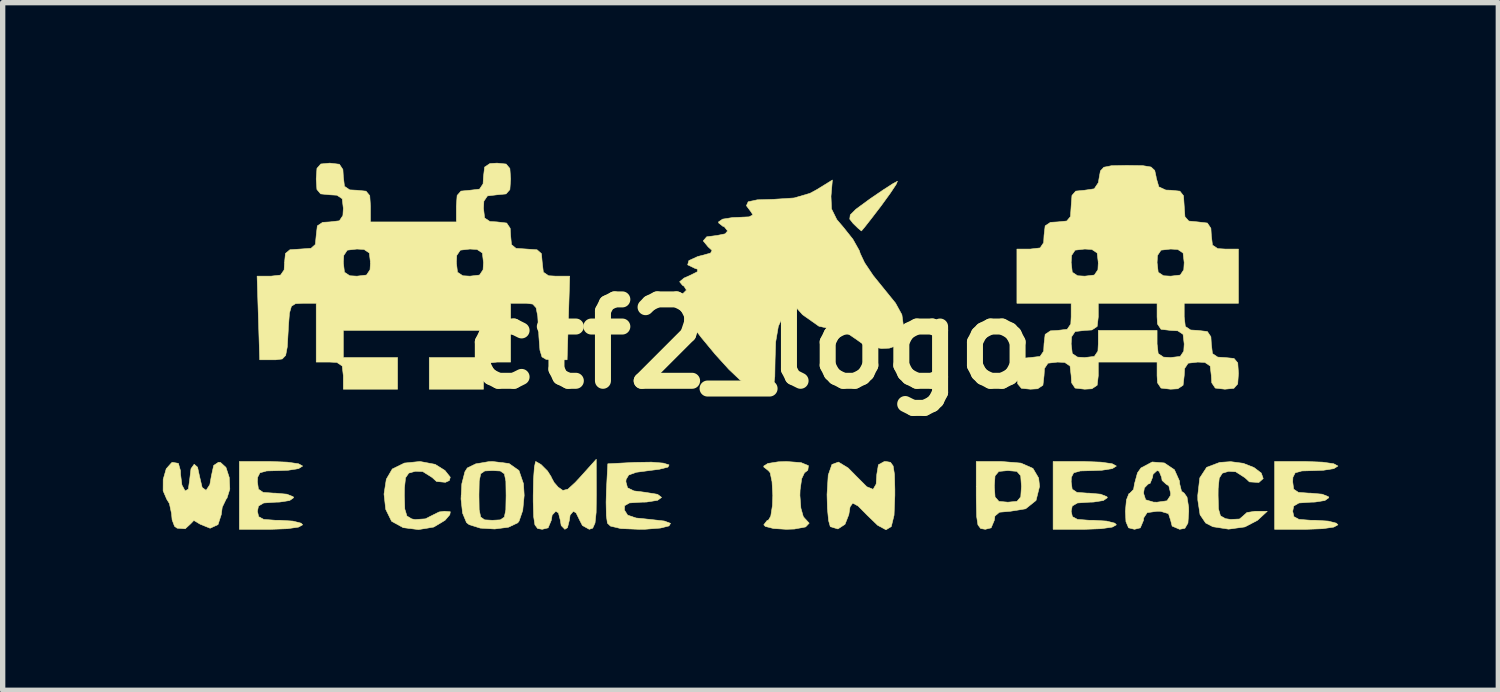
<source format=kicad_pcb>
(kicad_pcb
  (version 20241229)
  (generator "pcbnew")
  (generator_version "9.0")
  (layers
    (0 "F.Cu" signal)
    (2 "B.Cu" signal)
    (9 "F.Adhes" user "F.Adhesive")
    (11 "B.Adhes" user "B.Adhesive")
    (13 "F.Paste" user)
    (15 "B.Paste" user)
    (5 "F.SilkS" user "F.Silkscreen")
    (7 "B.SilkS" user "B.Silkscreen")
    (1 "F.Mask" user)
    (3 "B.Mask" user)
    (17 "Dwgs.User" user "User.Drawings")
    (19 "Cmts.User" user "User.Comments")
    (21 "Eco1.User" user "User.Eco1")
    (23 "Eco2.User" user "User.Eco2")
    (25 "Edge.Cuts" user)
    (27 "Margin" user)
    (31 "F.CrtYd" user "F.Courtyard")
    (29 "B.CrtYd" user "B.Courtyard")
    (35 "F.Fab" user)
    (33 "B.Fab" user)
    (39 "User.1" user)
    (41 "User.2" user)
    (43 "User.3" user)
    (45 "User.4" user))
  (footprint "ctf2_logo"
    (layer "F.Cu")
    (at 11 3.392)
    (property "Reference" "ctf2_logo" (at 0 0 0) (layer "F.SilkS") (effects (font (size 1.524 1.524) (thickness 0.3))))
    (attr through_hole)
    (fp_poly (pts (xy 2.732 -2.987) (xy 2.625 -2.826) (xy 2.46 -2.598) (xy 2.448 -2.582) (xy 2.271 -2.351) (xy 2.14 -2.184) (xy 2.083 -2.117) (xy 2.082 -2.117) (xy 2.02 -2.168) (xy 1.928 -2.257) (xy 1.864 -2.339) (xy 1.874 -2.418) (xy 1.979 -2.523) (xy 2.201 -2.686) (xy 2.252 -2.723) (xy 2.493 -2.887) (xy 2.675 -3.004) (xy 2.758 -3.048) (xy 2.732 -2.987)) (stroke (width 0.01) (type solid)) (fill yes) (layer "F.SilkS"))
    (fp_poly (pts (xy 0.953 2.222) (xy 1.091 2.279) (xy 1.079 2.364) (xy 1.016 2.413) (xy 0.964 2.523) (xy 0.934 2.737) (xy 0.931 2.836) (xy 0.949 3.074) (xy 0.994 3.233) (xy 1.016 3.26) (xy 1.105 3.356) (xy 1.037 3.427) (xy 0.827 3.466) (xy 0.677 3.471) (xy 0.436 3.456) (xy 0.283 3.417) (xy 0.254 3.387) (xy 0.318 3.304) (xy 0.339 3.302) (xy 0.385 3.225) (xy 0.416 3.028) (xy 0.423 2.836) (xy 0.409 2.581) (xy 0.374 2.412) (xy 0.339 2.371) (xy 0.256 2.306) (xy 0.254 2.286) (xy 0.33 2.238) (xy 0.525 2.207) (xy 0.677 2.201) (xy 0.953 2.222)) (stroke (width 0.01) (type solid)) (fill yes) (layer "F.SilkS"))
    (fp_poly (pts (xy 2.627 2.216) (xy 2.677 2.285) (xy 2.702 2.442) (xy 2.709 2.722) (xy 2.709 2.836) (xy 2.694 3.208) (xy 2.642 3.42) (xy 2.543 3.48) (xy 2.386 3.395) (xy 2.201 3.217) (xy 2.021 3.035) (xy 1.92 2.98) (xy 1.87 3.051) (xy 1.847 3.195) (xy 1.775 3.378) (xy 1.643 3.464) (xy 1.504 3.423) (xy 1.499 3.418) (xy 1.468 3.308) (xy 1.446 3.081) (xy 1.439 2.82) (xy 1.461 2.457) (xy 1.531 2.256) (xy 1.653 2.212) (xy 1.834 2.322) (xy 1.991 2.481) (xy 2.184 2.674) (xy 2.302 2.722) (xy 2.359 2.624) (xy 2.371 2.441) (xy 2.401 2.262) (xy 2.511 2.202) (xy 2.54 2.201) (xy 2.627 2.216)) (stroke (width 0.01) (type solid)) (fill yes) (layer "F.SilkS"))
    (fp_poly (pts (xy 5.07 2.231) (xy 5.295 2.33) (xy 5.402 2.511) (xy 5.419 2.667) (xy 5.353 2.931) (xy 5.158 3.087) (xy 4.874 3.133) (xy 4.668 3.151) (xy 4.583 3.222) (xy 4.572 3.302) (xy 4.512 3.444) (xy 4.403 3.471) (xy 4.316 3.456) (xy 4.265 3.388) (xy 4.241 3.231) (xy 4.234 2.951) (xy 4.233 2.836) (xy 4.233 2.667) (xy 4.572 2.667) (xy 4.586 2.866) (xy 4.658 2.948) (xy 4.826 2.963) (xy 4.997 2.947) (xy 5.067 2.863) (xy 5.08 2.667) (xy 5.066 2.468) (xy 4.994 2.386) (xy 4.826 2.371) (xy 4.655 2.387) (xy 4.585 2.471) (xy 4.572 2.667) (xy 4.233 2.667) (xy 4.233 2.201) (xy 4.705 2.201) (xy 5.07 2.231)) (stroke (width 0.01) (type solid)) (fill yes) (layer "F.SilkS"))
    (fp_poly (pts (xy 9.234 2.235) (xy 9.435 2.314) (xy 9.571 2.417) (xy 9.608 2.52) (xy 9.526 2.594) (xy 9.35 2.583) (xy 9.266 2.505) (xy 9.092 2.393) (xy 8.96 2.385) (xy 8.842 2.42) (xy 8.784 2.513) (xy 8.764 2.709) (xy 8.763 2.836) (xy 8.77 3.089) (xy 8.807 3.218) (xy 8.899 3.271) (xy 8.996 3.286) (xy 9.164 3.278) (xy 9.229 3.223) (xy 9.302 3.157) (xy 9.456 3.133) (xy 9.684 3.133) (xy 9.502 3.302) (xy 9.265 3.426) (xy 8.959 3.468) (xy 8.666 3.423) (xy 8.53 3.353) (xy 8.425 3.198) (xy 8.383 2.923) (xy 8.382 2.836) (xy 8.42 2.508) (xy 8.549 2.31) (xy 8.793 2.218) (xy 8.999 2.204) (xy 9.234 2.235)) (stroke (width 0.01) (type solid)) (fill yes) (layer "F.SilkS"))
    (fp_poly (pts (xy -5.901 2.254) (xy -5.717 2.369) (xy -5.617 2.495) (xy -5.635 2.558) (xy -5.708 2.591) (xy -5.875 2.575) (xy -5.957 2.5) (xy -6.132 2.39) (xy -6.27 2.384) (xy -6.394 2.418) (xy -6.455 2.506) (xy -6.475 2.694) (xy -6.477 2.836) (xy -6.469 3.091) (xy -6.429 3.222) (xy -6.339 3.276) (xy -6.277 3.288) (xy -6.083 3.275) (xy -5.985 3.225) (xy -5.827 3.146) (xy -5.727 3.133) (xy -5.616 3.142) (xy -5.626 3.198) (xy -5.715 3.302) (xy -5.927 3.429) (xy -6.211 3.476) (xy -6.497 3.441) (xy -6.711 3.324) (xy -6.718 3.317) (xy -6.826 3.097) (xy -6.858 2.811) (xy -6.815 2.533) (xy -6.703 2.341) (xy -6.476 2.23) (xy -6.184 2.201) (xy -5.901 2.254)) (stroke (width 0.01) (type solid)) (fill yes) (layer "F.SilkS"))
    (fp_poly (pts (xy -8.671 2.213) (xy -8.461 2.243) (xy -8.382 2.286) (xy -8.382 2.286) (xy -8.458 2.334) (xy -8.653 2.365) (xy -8.805 2.371) (xy -9.057 2.378) (xy -9.182 2.413) (xy -9.225 2.497) (xy -9.229 2.582) (xy -9.21 2.719) (xy -9.123 2.779) (xy -8.919 2.794) (xy -8.89 2.794) (xy -8.678 2.813) (xy -8.56 2.86) (xy -8.551 2.879) (xy -8.626 2.932) (xy -8.814 2.961) (xy -8.89 2.963) (xy -9.112 2.978) (xy -9.209 3.035) (xy -9.229 3.133) (xy -9.206 3.234) (xy -9.112 3.285) (xy -8.903 3.301) (xy -8.805 3.302) (xy -8.564 3.317) (xy -8.411 3.356) (xy -8.382 3.387) (xy -8.46 3.43) (xy -8.67 3.46) (xy -8.974 3.471) (xy -8.975 3.471) (xy -9.567 3.471) (xy -9.567 2.201) (xy -8.975 2.201) (xy -8.671 2.213)) (stroke (width 0.01) (type solid)) (fill yes) (layer "F.SilkS"))
    (fp_poly (pts (xy -1.628 2.231) (xy -1.519 2.265) (xy -1.54 2.306) (xy -1.704 2.347) (xy -1.863 2.367) (xy -2.134 2.403) (xy -2.275 2.454) (xy -2.325 2.538) (xy -2.328 2.582) (xy -2.297 2.694) (xy -2.177 2.752) (xy -1.967 2.778) (xy -1.735 2.816) (xy -1.66 2.873) (xy -1.734 2.928) (xy -1.946 2.961) (xy -2.043 2.963) (xy -2.262 2.977) (xy -2.352 3.029) (xy -2.355 3.111) (xy -2.296 3.205) (xy -2.139 3.259) (xy -1.881 3.285) (xy -1.608 3.316) (xy -1.492 3.36) (xy -1.521 3.408) (xy -1.683 3.448) (xy -1.968 3.47) (xy -2.082 3.471) (xy -2.424 3.457) (xy -2.617 3.411) (xy -2.674 3.356) (xy -2.694 3.213) (xy -2.699 2.963) (xy -2.693 2.742) (xy -2.667 2.244) (xy -2.168 2.218) (xy -1.85 2.213) (xy -1.628 2.231)) (stroke (width 0.01) (type solid)) (fill yes) (layer "F.SilkS"))
    (fp_poly (pts (xy 6.569 2.213) (xy 6.779 2.243) (xy 6.858 2.286) (xy 6.858 2.286) (xy 6.782 2.334) (xy 6.587 2.365) (xy 6.435 2.371) (xy 6.183 2.378) (xy 6.058 2.413) (xy 6.015 2.497) (xy 6.011 2.582) (xy 6.03 2.719) (xy 6.117 2.779) (xy 6.321 2.794) (xy 6.35 2.794) (xy 6.562 2.813) (xy 6.68 2.86) (xy 6.689 2.879) (xy 6.614 2.932) (xy 6.426 2.961) (xy 6.35 2.963) (xy 6.128 2.978) (xy 6.031 3.035) (xy 6.011 3.133) (xy 6.034 3.234) (xy 6.128 3.285) (xy 6.337 3.301) (xy 6.435 3.302) (xy 6.676 3.317) (xy 6.829 3.356) (xy 6.858 3.387) (xy 6.78 3.43) (xy 6.57 3.46) (xy 6.266 3.471) (xy 6.265 3.471) (xy 5.673 3.471) (xy 5.673 2.201) (xy 6.265 2.201) (xy 6.569 2.213)) (stroke (width 0.01) (type solid)) (fill yes) (layer "F.SilkS"))
    (fp_poly (pts (xy 10.718 2.213) (xy 10.928 2.243) (xy 11.007 2.286) (xy 11.007 2.286) (xy 10.931 2.334) (xy 10.736 2.365) (xy 10.583 2.371) (xy 10.332 2.378) (xy 10.207 2.413) (xy 10.164 2.497) (xy 10.16 2.582) (xy 10.178 2.719) (xy 10.266 2.779) (xy 10.469 2.794) (xy 10.499 2.794) (xy 10.711 2.813) (xy 10.829 2.86) (xy 10.837 2.879) (xy 10.762 2.932) (xy 10.575 2.961) (xy 10.499 2.963) (xy 10.277 2.978) (xy 10.179 3.035) (xy 10.16 3.133) (xy 10.182 3.234) (xy 10.277 3.285) (xy 10.485 3.301) (xy 10.583 3.302) (xy 10.825 3.317) (xy 10.978 3.356) (xy 11.007 3.387) (xy 10.928 3.43) (xy 10.718 3.46) (xy 10.415 3.471) (xy 10.414 3.471) (xy 9.821 3.471) (xy 9.821 2.201) (xy 10.414 2.201) (xy 10.718 2.213)) (stroke (width 0.01) (type solid)) (fill yes) (layer "F.SilkS"))
    (fp_poly (pts (xy -2.881 2.815) (xy -2.885 3.153) (xy -2.906 3.353) (xy -2.949 3.449) (xy -3.014 3.471) (xy -3.142 3.4) (xy -3.193 3.302) (xy -3.26 3.165) (xy -3.312 3.133) (xy -3.373 3.204) (xy -3.387 3.302) (xy -3.422 3.44) (xy -3.471 3.471) (xy -3.54 3.4) (xy -3.556 3.302) (xy -3.591 3.164) (xy -3.641 3.133) (xy -3.709 3.204) (xy -3.725 3.302) (xy -3.785 3.444) (xy -3.895 3.471) (xy -3.981 3.456) (xy -4.032 3.388) (xy -4.056 3.231) (xy -4.064 2.951) (xy -4.064 2.836) (xy -4.058 2.533) (xy -4.042 2.308) (xy -4.02 2.204) (xy -4.016 2.201) (xy -3.917 2.258) (xy -3.796 2.379) (xy -3.727 2.488) (xy -3.725 2.498) (xy -3.672 2.595) (xy -3.597 2.681) (xy -3.509 2.743) (xy -3.415 2.72) (xy -3.276 2.593) (xy -3.175 2.484) (xy -2.883 2.159) (xy -2.881 2.815)) (stroke (width 0.01) (type solid)) (fill yes) (layer "F.SilkS"))
    (fp_poly (pts (xy -4.517 2.239) (xy -4.331 2.37) (xy -4.246 2.618) (xy -4.233 2.836) (xy -4.26 3.117) (xy -4.329 3.318) (xy -4.354 3.35) (xy -4.528 3.432) (xy -4.785 3.465) (xy -5.055 3.449) (xy -5.263 3.384) (xy -5.313 3.345) (xy -5.387 3.167) (xy -5.416 2.901) (xy -5.412 2.829) (xy -5.08 2.829) (xy -5.08 2.836) (xy -5.076 3.103) (xy -5.048 3.241) (xy -4.973 3.294) (xy -4.83 3.302) (xy -4.826 3.302) (xy -4.681 3.294) (xy -4.605 3.243) (xy -4.577 3.107) (xy -4.572 2.843) (xy -4.572 2.836) (xy -4.576 2.57) (xy -4.604 2.432) (xy -4.679 2.379) (xy -4.822 2.371) (xy -4.826 2.371) (xy -4.971 2.378) (xy -5.047 2.43) (xy -5.075 2.566) (xy -5.08 2.829) (xy -5.412 2.829) (xy -5.401 2.619) (xy -5.343 2.393) (xy -5.298 2.322) (xy -5.14 2.245) (xy -4.897 2.204) (xy -4.826 2.201) (xy -4.517 2.239)) (stroke (width 0.01) (type solid)) (fill yes) (layer "F.SilkS"))
    (fp_poly (pts (xy -9.921 2.218) (xy -9.818 2.312) (xy -9.756 2.502) (xy -9.746 2.718) (xy -9.799 2.887) (xy -9.815 2.906) (xy -9.888 3.058) (xy -9.906 3.195) (xy -9.967 3.383) (xy -10.115 3.451) (xy -10.302 3.375) (xy -10.302 3.375) (xy -10.42 3.305) (xy -10.477 3.365) (xy -10.477 3.365) (xy -10.581 3.461) (xy -10.732 3.45) (xy -10.781 3.415) (xy -10.827 3.292) (xy -10.837 3.178) (xy -10.877 2.989) (xy -10.928 2.906) (xy -10.995 2.75) (xy -10.994 2.537) (xy -10.937 2.338) (xy -10.835 2.223) (xy -10.816 2.217) (xy -10.709 2.236) (xy -10.67 2.374) (xy -10.668 2.444) (xy -10.643 2.642) (xy -10.583 2.752) (xy -10.523 2.719) (xy -10.499 2.555) (xy -10.499 2.55) (xy -10.473 2.336) (xy -10.413 2.252) (xy -10.35 2.308) (xy -10.314 2.475) (xy -10.264 2.688) (xy -10.19 2.741) (xy -10.12 2.634) (xy -10.091 2.471) (xy -10.048 2.275) (xy -9.958 2.215) (xy -9.921 2.218)) (stroke (width 0.01) (type solid)) (fill yes) (layer "F.SilkS"))
    (fp_poly (pts (xy 7.756 2.228) (xy 7.945 2.355) (xy 8.04 2.567) (xy 8.043 2.619) (xy 8.078 2.759) (xy 8.128 2.794) (xy 8.181 2.869) (xy 8.211 3.057) (xy 8.213 3.133) (xy 8.198 3.354) (xy 8.141 3.452) (xy 8.043 3.471) (xy 7.902 3.411) (xy 7.874 3.302) (xy 7.834 3.178) (xy 7.686 3.134) (xy 7.62 3.133) (xy 7.434 3.159) (xy 7.369 3.258) (xy 7.366 3.302) (xy 7.306 3.444) (xy 7.197 3.471) (xy 7.086 3.443) (xy 7.037 3.328) (xy 7.027 3.133) (xy 7.046 2.921) (xy 7.093 2.803) (xy 7.112 2.794) (xy 7.366 2.794) (xy 7.406 2.918) (xy 7.554 2.962) (xy 7.62 2.963) (xy 7.806 2.937) (xy 7.871 2.838) (xy 7.874 2.794) (xy 7.839 2.656) (xy 7.789 2.625) (xy 7.714 2.556) (xy 7.705 2.498) (xy 7.659 2.385) (xy 7.62 2.371) (xy 7.545 2.439) (xy 7.535 2.498) (xy 7.49 2.61) (xy 7.451 2.625) (xy 7.382 2.696) (xy 7.366 2.794) (xy 7.112 2.794) (xy 7.18 2.723) (xy 7.197 2.619) (xy 7.253 2.414) (xy 7.318 2.322) (xy 7.529 2.21) (xy 7.756 2.228)) (stroke (width 0.01) (type solid)) (fill yes) (layer "F.SilkS"))
    (fp_poly (pts (xy 1.513 -2.766) (xy 1.523 -2.53) (xy 1.622 -2.33) (xy 1.748 -2.182) (xy 1.923 -1.962) (xy 2.043 -1.749) (xy 2.061 -1.693) (xy 2.142 -1.522) (xy 2.303 -1.282) (xy 2.495 -1.045) (xy 2.722 -0.765) (xy 2.841 -0.548) (xy 2.869 -0.342) (xy 2.825 -0.106) (xy 2.756 0.025) (xy 2.607 0.078) (xy 2.459 0.085) (xy 2.141 0.024) (xy 1.99 -0.085) (xy 1.798 -0.215) (xy 1.632 -0.254) (xy 1.286 -0.333) (xy 0.981 -0.548) (xy 0.921 -0.616) (xy 0.823 -0.725) (xy 0.751 -0.719) (xy 0.651 -0.586) (xy 0.625 -0.545) (xy 0.527 -0.331) (xy 0.477 -0.038) (xy 0.466 0.293) (xy 0.461 0.608) (xy 0.439 0.791) (xy 0.389 0.879) (xy 0.303 0.912) (xy 0.296 0.913) (xy 0.135 0.875) (xy -0.084 0.753) (xy -0.195 0.67) (xy -0.4 0.475) (xy -0.655 0.194) (xy -0.914 -0.119) (xy -0.977 -0.201) (xy -1.192 -0.491) (xy -1.316 -0.678) (xy -1.36 -0.794) (xy -1.338 -0.869) (xy -1.29 -0.914) (xy -1.194 -1.009) (xy -1.239 -1.081) (xy -1.268 -1.099) (xy -1.322 -1.165) (xy -1.24 -1.234) (xy -1.14 -1.278) (xy -0.988 -1.354) (xy -0.986 -1.4) (xy -1.037 -1.417) (xy -1.171 -1.482) (xy -1.149 -1.562) (xy -0.982 -1.638) (xy -0.915 -1.655) (xy -0.742 -1.702) (xy -0.715 -1.753) (xy -0.787 -1.818) (xy -0.88 -1.931) (xy -0.815 -2.007) (xy -0.621 -2.032) (xy -0.469 -2.063) (xy -0.423 -2.117) (xy -0.488 -2.199) (xy -0.508 -2.201) (xy -0.59 -2.266) (xy -0.593 -2.286) (xy -0.517 -2.338) (xy -0.328 -2.368) (xy -0.237 -2.371) (xy -0.021 -2.381) (xy 0.05 -2.418) (xy 0.017 -2.472) (xy -0.071 -2.59) (xy -0.038 -2.663) (xy 0.133 -2.7) (xy 0.435 -2.709) (xy 0.824 -2.735) (xy 1.118 -2.821) (xy 1.246 -2.89) (xy 1.539 -3.071) (xy 1.513 -2.766)) (stroke (width 0.01) (type solid)) (fill yes) (layer "F.SilkS"))
    (fp_poly (pts (xy -4.571 -3.37) (xy -4.501 -3.286) (xy -4.487 -3.09) (xy -4.501 -2.891) (xy -4.573 -2.81) (xy -4.741 -2.794) (xy -4.921 -2.773) (xy -4.988 -2.674) (xy -4.995 -2.54) (xy -4.974 -2.36) (xy -4.875 -2.294) (xy -4.741 -2.286) (xy -4.561 -2.265) (xy -4.495 -2.166) (xy -4.487 -2.032) (xy -4.471 -1.861) (xy -4.387 -1.791) (xy -4.191 -1.778) (xy -3.992 -1.764) (xy -3.91 -1.692) (xy -3.895 -1.524) (xy -3.874 -1.345) (xy -3.776 -1.278) (xy -3.637 -1.27) (xy -3.38 -1.27) (xy -3.429 0.296) (xy -3.683 0.296) (xy -3.822 0.289) (xy -3.9 0.242) (xy -3.938 0.116) (xy -3.957 -0.129) (xy -3.962 -0.233) (xy -3.979 -0.521) (xy -4.01 -0.679) (xy -4.073 -0.747) (xy -4.191 -0.762) (xy -4.237 -0.762) (xy -4.487 -0.762) (xy -4.487 0.339) (xy -4.741 0.339) (xy -4.921 0.36) (xy -4.988 0.459) (xy -4.995 0.593) (xy -4.995 0.847) (xy -6.011 0.847) (xy -6.011 0.254) (xy -4.995 0.254) (xy -4.995 -0.254) (xy -7.62 -0.254) (xy -7.62 0.254) (xy -6.604 0.254) (xy -6.604 0.847) (xy -7.62 0.847) (xy -7.62 0.593) (xy -7.641 0.413) (xy -7.74 0.346) (xy -7.874 0.339) (xy -8.128 0.339) (xy -8.128 -0.762) (xy -8.378 -0.762) (xy -8.515 -0.755) (xy -8.592 -0.707) (xy -8.629 -0.579) (xy -8.648 -0.332) (xy -8.653 -0.233) (xy -8.67 0.056) (xy -8.7 0.214) (xy -8.764 0.281) (xy -8.882 0.296) (xy -8.932 0.296) (xy -9.186 0.296) (xy -9.235 -1.27) (xy -8.978 -1.27) (xy -8.796 -1.29) (xy -8.729 -1.387) (xy -8.721 -1.524) (xy -7.62 -1.524) (xy -7.599 -1.344) (xy -7.5 -1.278) (xy -7.366 -1.27) (xy -7.186 -1.291) (xy -7.12 -1.39) (xy -7.112 -1.524) (xy -5.503 -1.524) (xy -5.482 -1.344) (xy -5.383 -1.278) (xy -5.249 -1.27) (xy -5.069 -1.291) (xy -5.003 -1.39) (xy -4.995 -1.524) (xy -5.016 -1.704) (xy -5.115 -1.77) (xy -5.249 -1.778) (xy -5.429 -1.757) (xy -5.496 -1.658) (xy -5.503 -1.524) (xy -7.112 -1.524) (xy -7.133 -1.704) (xy -7.232 -1.77) (xy -7.366 -1.778) (xy -7.546 -1.757) (xy -7.612 -1.658) (xy -7.62 -1.524) (xy -8.721 -1.524) (xy -8.704 -1.695) (xy -8.62 -1.765) (xy -8.424 -1.778) (xy -8.225 -1.792) (xy -8.144 -1.864) (xy -8.128 -2.032) (xy -8.107 -2.212) (xy -8.008 -2.278) (xy -7.874 -2.286) (xy -7.694 -2.307) (xy -7.628 -2.406) (xy -7.62 -2.54) (xy -7.641 -2.72) (xy -7.74 -2.786) (xy -7.874 -2.794) (xy -8.045 -2.811) (xy -8.115 -2.894) (xy -8.128 -3.09) (xy -8.114 -3.289) (xy -8.042 -3.371) (xy -7.874 -3.387) (xy -7.694 -3.366) (xy -7.628 -3.267) (xy -7.62 -3.133) (xy -7.599 -2.953) (xy -7.5 -2.886) (xy -7.366 -2.879) (xy -7.195 -2.862) (xy -7.125 -2.778) (xy -7.112 -2.582) (xy -7.112 -2.286) (xy -5.503 -2.286) (xy -5.503 -2.582) (xy -5.489 -2.781) (xy -5.417 -2.863) (xy -5.249 -2.879) (xy -5.069 -2.9) (xy -5.003 -2.999) (xy -4.995 -3.133) (xy -4.974 -3.313) (xy -4.875 -3.379) (xy -4.741 -3.387) (xy -4.571 -3.37)) (stroke (width 0.01) (type solid)) (fill yes) (layer "F.SilkS"))
    (fp_poly (pts (xy 7.352 -3.34) (xy 7.507 -3.314) (xy 7.576 -3.25) (xy 7.603 -3.127) (xy 7.604 -3.111) (xy 7.653 -2.943) (xy 7.783 -2.883) (xy 7.88 -2.879) (xy 8.047 -2.862) (xy 8.115 -2.776) (xy 8.128 -2.582) (xy 8.142 -2.383) (xy 8.214 -2.302) (xy 8.382 -2.286) (xy 8.562 -2.265) (xy 8.628 -2.166) (xy 8.636 -2.032) (xy 8.657 -1.852) (xy 8.756 -1.786) (xy 8.89 -1.778) (xy 9.144 -1.778) (xy 9.144 -0.762) (xy 8.128 -0.762) (xy 8.128 -0.508) (xy 8.149 -0.328) (xy 8.248 -0.262) (xy 8.382 -0.254) (xy 8.562 -0.233) (xy 8.628 -0.134) (xy 8.636 0) (xy 8.657 0.18) (xy 8.756 0.246) (xy 8.89 0.254) (xy 9.061 0.271) (xy 9.131 0.354) (xy 9.144 0.55) (xy 9.13 0.749) (xy 9.058 0.831) (xy 8.89 0.847) (xy 8.71 0.826) (xy 8.644 0.727) (xy 8.636 0.593) (xy 8.615 0.413) (xy 8.516 0.346) (xy 8.382 0.339) (xy 8.202 0.36) (xy 8.136 0.459) (xy 8.128 0.593) (xy 8.107 0.773) (xy 8.008 0.839) (xy 7.874 0.847) (xy 7.694 0.826) (xy 7.628 0.727) (xy 7.62 0.593) (xy 7.62 0.339) (xy 6.519 0.339) (xy 6.519 0.593) (xy 6.498 0.773) (xy 6.399 0.839) (xy 6.265 0.847) (xy 6.085 0.826) (xy 6.019 0.727) (xy 6.011 0.593) (xy 5.99 0.413) (xy 5.891 0.346) (xy 5.757 0.339) (xy 5.577 0.36) (xy 5.511 0.459) (xy 5.503 0.593) (xy 5.482 0.773) (xy 5.383 0.839) (xy 5.249 0.847) (xy 5.079 0.83) (xy 5.009 0.746) (xy 4.995 0.55) (xy 5.009 0.351) (xy 5.081 0.27) (xy 5.249 0.254) (xy 5.429 0.233) (xy 5.496 0.134) (xy 5.503 0) (xy 6.011 0) (xy 6.032 0.18) (xy 6.131 0.246) (xy 6.265 0.254) (xy 6.445 0.233) (xy 6.512 0.134) (xy 6.519 0) (xy 6.519 -0.254) (xy 7.62 -0.254) (xy 7.62 0) (xy 7.641 0.18) (xy 7.74 0.246) (xy 7.874 0.254) (xy 8.054 0.233) (xy 8.12 0.134) (xy 8.128 0) (xy 8.107 -0.18) (xy 8.008 -0.246) (xy 7.874 -0.254) (xy 7.694 -0.275) (xy 7.628 -0.374) (xy 7.62 -0.508) (xy 7.62 -0.762) (xy 6.519 -0.762) (xy 6.519 -0.508) (xy 6.498 -0.328) (xy 6.399 -0.262) (xy 6.265 -0.254) (xy 6.085 -0.233) (xy 6.019 -0.134) (xy 6.011 0) (xy 5.503 0) (xy 5.524 -0.18) (xy 5.623 -0.246) (xy 5.757 -0.254) (xy 5.937 -0.275) (xy 6.004 -0.374) (xy 6.011 -0.508) (xy 6.011 -0.762) (xy 4.995 -0.762) (xy 4.995 -1.524) (xy 6.011 -1.524) (xy 6.032 -1.344) (xy 6.131 -1.278) (xy 6.265 -1.27) (xy 6.445 -1.291) (xy 6.512 -1.39) (xy 6.519 -1.524) (xy 7.62 -1.524) (xy 7.641 -1.344) (xy 7.74 -1.278) (xy 7.874 -1.27) (xy 8.054 -1.291) (xy 8.12 -1.39) (xy 8.128 -1.524) (xy 8.107 -1.704) (xy 8.008 -1.77) (xy 7.874 -1.778) (xy 7.694 -1.757) (xy 7.628 -1.658) (xy 7.62 -1.524) (xy 6.519 -1.524) (xy 6.498 -1.704) (xy 6.399 -1.77) (xy 6.265 -1.778) (xy 6.085 -1.757) (xy 6.019 -1.658) (xy 6.011 -1.524) (xy 4.995 -1.524) (xy 4.995 -1.778) (xy 5.249 -1.778) (xy 5.429 -1.799) (xy 5.496 -1.898) (xy 5.503 -2.032) (xy 5.524 -2.212) (xy 5.623 -2.278) (xy 5.757 -2.286) (xy 5.928 -2.303) (xy 5.998 -2.386) (xy 6.011 -2.582) (xy 6.026 -2.782) (xy 6.097 -2.863) (xy 6.26 -2.879) (xy 6.443 -2.906) (xy 6.52 -3.021) (xy 6.535 -3.111) (xy 6.559 -3.241) (xy 6.623 -3.31) (xy 6.768 -3.339) (xy 7.036 -3.344) (xy 7.07 -3.344) (xy 7.352 -3.34)) (stroke (width 0.01) (type solid)) (fill yes) (layer "F.SilkS")))
  (gr_rect
    (start -3 -3)
    (end 25.011 9.877)
    (stroke (width 0.1) (type default))
    (fill no)
    (layer "Edge.Cuts")))
</source>
